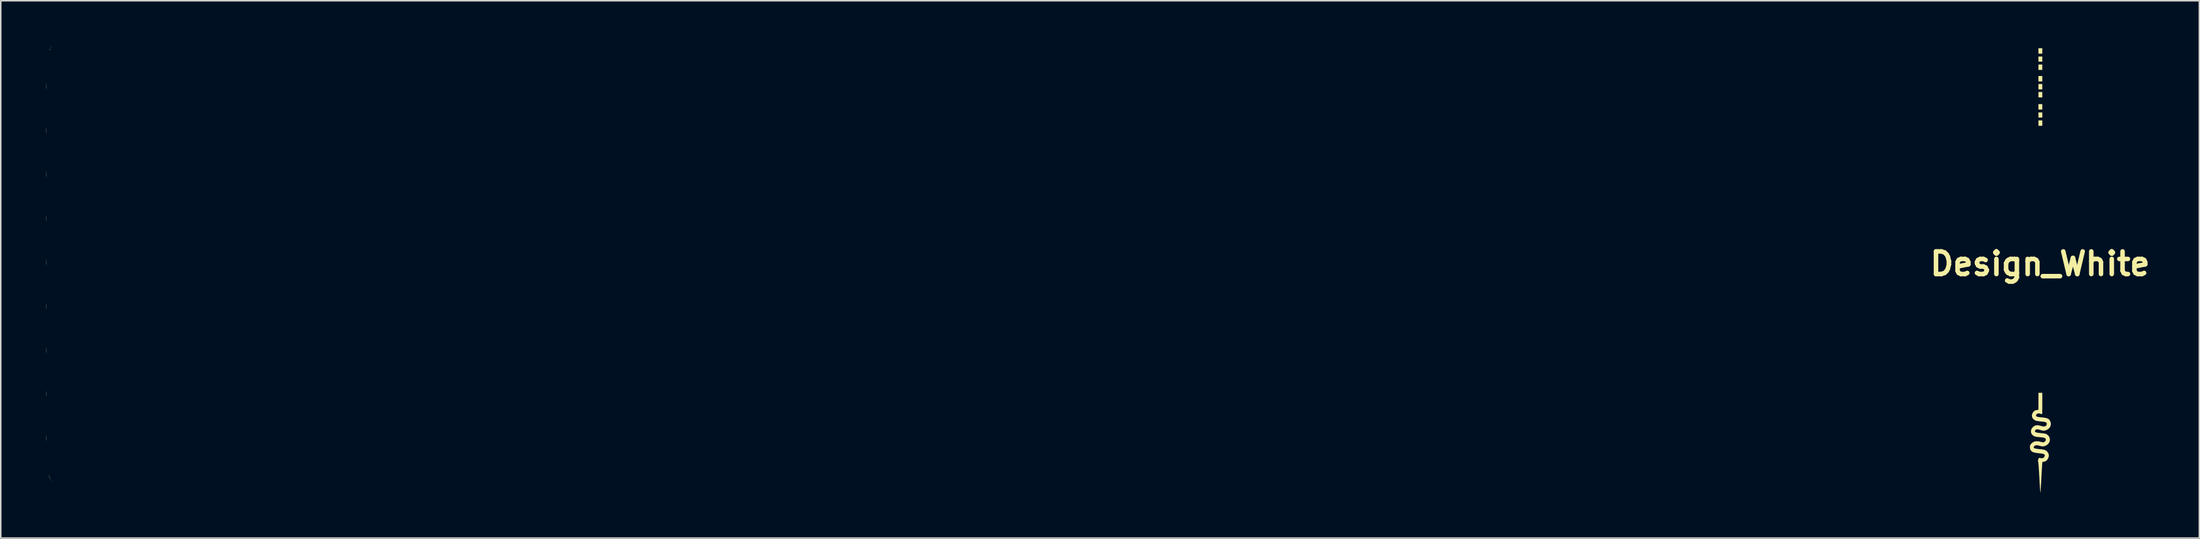
<source format=kicad_pcb>
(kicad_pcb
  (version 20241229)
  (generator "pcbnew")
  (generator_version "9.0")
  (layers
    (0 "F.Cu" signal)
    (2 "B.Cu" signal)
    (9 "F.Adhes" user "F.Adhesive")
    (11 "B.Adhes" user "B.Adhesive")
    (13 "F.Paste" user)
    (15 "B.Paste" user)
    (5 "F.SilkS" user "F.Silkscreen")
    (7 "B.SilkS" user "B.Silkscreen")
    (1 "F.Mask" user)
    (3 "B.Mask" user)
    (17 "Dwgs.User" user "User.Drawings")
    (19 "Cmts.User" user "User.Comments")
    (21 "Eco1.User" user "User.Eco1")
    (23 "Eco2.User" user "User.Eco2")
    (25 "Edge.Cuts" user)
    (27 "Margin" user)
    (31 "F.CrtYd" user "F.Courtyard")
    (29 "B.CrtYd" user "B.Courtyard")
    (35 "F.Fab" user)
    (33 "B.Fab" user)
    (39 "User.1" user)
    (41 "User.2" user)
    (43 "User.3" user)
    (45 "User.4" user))
  (footprint "Design_White"
    (layer "F.Cu")
    (at 132.076 14.448)
    (property "Reference" "Design_White" (at 0 0 0) (layer "F.SilkS") (effects (font (size 1.5 1.5) (thickness 0.3))))
    (attr board_only exclude_from_pos_files exclude_from_bom)
    (fp_poly (pts (xy -131.894 14.013) (xy -131.904 14.024) (xy -131.915 14.013) (xy -131.904 14.003)) (stroke (width 0) (type solid)) (fill yes) (layer "F.SilkS"))
    (fp_poly (pts (xy -131.788 -14.268) (xy -131.798 -14.257) (xy -131.809 -14.268) (xy -131.798 -14.278)) (stroke (width 0) (type solid)) (fill yes) (layer "F.SilkS"))
    (fp_poly (pts (xy -131.788 14.268) (xy -131.798 14.278) (xy -131.809 14.268) (xy -131.798 14.257)) (stroke (width 0) (type solid)) (fill yes) (layer "F.SilkS"))
    (fp_poly (pts (xy -131.766 -14.31) (xy -131.777 -14.299) (xy -131.788 -14.31) (xy -131.777 -14.321)) (stroke (width 0) (type solid)) (fill yes) (layer "F.SilkS"))
    (fp_poly (pts (xy -131.766 14.31) (xy -131.777 14.321) (xy -131.788 14.31) (xy -131.777 14.299)) (stroke (width 0) (type solid)) (fill yes) (layer "F.SilkS"))
    (fp_poly (pts (xy -131.745 -14.352) (xy -131.756 -14.342) (xy -131.766 -14.352) (xy -131.756 -14.363)) (stroke (width 0) (type solid)) (fill yes) (layer "F.SilkS"))
    (fp_poly (pts (xy -131.745 14.352) (xy -131.756 14.363) (xy -131.766 14.352) (xy -131.756 14.342)) (stroke (width 0) (type solid)) (fill yes) (layer "F.SilkS"))
    (fp_poly (pts (xy -131.724 -14.395) (xy -131.735 -14.384) (xy -131.745 -14.395) (xy -131.735 -14.405)) (stroke (width 0) (type solid)) (fill yes) (layer "F.SilkS"))
    (fp_poly (pts (xy -131.724 14.395) (xy -131.735 14.405) (xy -131.745 14.395) (xy -131.735 14.384)) (stroke (width 0) (type solid)) (fill yes) (layer "F.SilkS"))
    (fp_poly (pts (xy -131.703 -14.437) (xy -131.714 -14.427) (xy -131.724 -14.437) (xy -131.714 -14.448)) (stroke (width 0) (type solid)) (fill yes) (layer "F.SilkS"))
    (fp_poly (pts (xy -131.87 14.073) (xy -131.856 14.108) (xy -131.857 14.122) (xy -131.872 14.114) (xy -131.88 14.097) (xy -131.892 14.057) (xy -131.887 14.049)) (stroke (width 0) (type solid)) (fill yes) (layer "F.SilkS"))
    (fp_poly (pts (xy -131.827 14.179) (xy -131.813 14.214) (xy -131.815 14.228) (xy -131.829 14.22) (xy -131.838 14.203) (xy -131.85 14.163) (xy -131.845 14.155)) (stroke (width 0) (type solid)) (fill yes) (layer "F.SilkS"))
    (fp_poly (pts (xy -131.809 -14.225) (xy -131.82 -14.19) (xy -131.83 -14.172) (xy -131.847 -14.155) (xy -131.851 -14.162) (xy -131.84 -14.197) (xy -131.83 -14.215) (xy -131.813 -14.232)) (stroke (width 0) (type solid)) (fill yes) (layer "F.SilkS"))
    (fp_poly (pts (xy 0.148 -14.119) (xy 0.148 -13.939) (xy 0.021 -13.939) (xy -0.106 -13.939) (xy -0.106 -14.119) (xy -0.106 -14.299) (xy 0.021 -14.299) (xy 0.148 -14.299)) (stroke (width 0) (type solid)) (fill yes) (layer "F.SilkS"))
    (fp_poly (pts (xy 0.148 -13.579) (xy 0.148 -13.41) (xy 0.021 -13.41) (xy -0.106 -13.41) (xy -0.106 -13.579) (xy -0.106 -13.749) (xy 0.021 -13.749) (xy 0.148 -13.749)) (stroke (width 0) (type solid)) (fill yes) (layer "F.SilkS"))
    (fp_poly (pts (xy 0.148 -13.039) (xy 0.148 -12.859) (xy 0.021 -12.859) (xy -0.106 -12.859) (xy -0.106 -13.039) (xy -0.106 -13.219) (xy 0.021 -13.219) (xy 0.148 -13.219)) (stroke (width 0) (type solid)) (fill yes) (layer "F.SilkS"))
    (fp_poly (pts (xy 0.148 -12.276) (xy 0.148 -12.096) (xy 0.021 -12.096) (xy -0.106 -12.096) (xy -0.106 -12.276) (xy -0.106 -12.456) (xy 0.021 -12.456) (xy 0.148 -12.456)) (stroke (width 0) (type solid)) (fill yes) (layer "F.SilkS"))
    (fp_poly (pts (xy 0.148 -11.747) (xy 0.148 -11.567) (xy 0.021 -11.567) (xy -0.106 -11.567) (xy -0.106 -11.747) (xy -0.106 -11.927) (xy 0.021 -11.927) (xy 0.148 -11.927)) (stroke (width 0) (type solid)) (fill yes) (layer "F.SilkS"))
    (fp_poly (pts (xy 0.148 -11.217) (xy 0.148 -11.037) (xy 0.021 -11.037) (xy -0.106 -11.037) (xy -0.106 -11.217) (xy -0.106 -11.397) (xy 0.021 -11.397) (xy 0.148 -11.397)) (stroke (width 0) (type solid)) (fill yes) (layer "F.SilkS"))
    (fp_poly (pts (xy 0.148 -10.412) (xy 0.148 -10.232) (xy 0.021 -10.232) (xy -0.106 -10.232) (xy -0.106 -10.412) (xy -0.106 -10.592) (xy 0.021 -10.592) (xy 0.148 -10.592)) (stroke (width 0) (type solid)) (fill yes) (layer "F.SilkS"))
    (fp_poly (pts (xy 0.148 -9.872) (xy 0.148 -9.702) (xy 0.021 -9.702) (xy -0.106 -9.702) (xy -0.106 -9.872) (xy -0.106 -10.041) (xy 0.021 -10.041) (xy 0.148 -10.041)) (stroke (width 0) (type solid)) (fill yes) (layer "F.SilkS"))
    (fp_poly (pts (xy 0.148 -9.332) (xy 0.148 -9.152) (xy 0.021 -9.152) (xy -0.106 -9.152) (xy -0.106 -9.332) (xy -0.106 -9.512) (xy 0.021 -9.512) (xy 0.148 -9.512)) (stroke (width 0) (type solid)) (fill yes) (layer "F.SilkS"))
    (fp_poly (pts (xy -132.07 -9.028) (xy -132.068 -8.997) (xy -132.066 -8.889) (xy -132.066 -8.771) (xy -132.069 -8.679) (xy -132.071 -8.647) (xy -132.073 -8.653) (xy -132.075 -8.696) (xy -132.076 -8.771) (xy -132.076 -8.844) (xy -132.075 -8.94) (xy -132.074 -9.005) (xy -132.072 -9.035)) (stroke (width 0) (type solid)) (fill yes) (layer "F.SilkS"))
    (fp_poly (pts (xy -132.07 -3.203) (xy -132.068 -3.171) (xy -132.066 -3.063) (xy -132.066 -2.945) (xy -132.069 -2.854) (xy -132.071 -2.821) (xy -132.073 -2.828) (xy -132.075 -2.87) (xy -132.076 -2.945) (xy -132.076 -3.019) (xy -132.075 -3.114) (xy -132.074 -3.179) (xy -132.072 -3.209)) (stroke (width 0) (type solid)) (fill yes) (layer "F.SilkS"))
    (fp_poly (pts (xy -132.07 -0.279) (xy -132.068 -0.248) (xy -132.066 -0.14) (xy -132.066 -0.022) (xy -132.069 0.07) (xy -132.071 0.102) (xy -132.073 0.096) (xy -132.075 0.053) (xy -132.076 -0.021) (xy -132.076 -0.095) (xy -132.075 -0.191) (xy -132.074 -0.256) (xy -132.072 -0.286)) (stroke (width 0) (type solid)) (fill yes) (layer "F.SilkS"))
    (fp_poly (pts (xy -132.07 2.623) (xy -132.068 2.654) (xy -132.066 2.763) (xy -132.066 2.881) (xy -132.069 2.972) (xy -132.071 3.005) (xy -132.073 2.998) (xy -132.075 2.956) (xy -132.076 2.881) (xy -132.076 2.807) (xy -132.075 2.711) (xy -132.074 2.647) (xy -132.072 2.616)) (stroke (width 0) (type solid)) (fill yes) (layer "F.SilkS"))
    (fp_poly (pts (xy -132.07 5.546) (xy -132.068 5.578) (xy -132.066 5.686) (xy -132.066 5.804) (xy -132.069 5.896) (xy -132.071 5.928) (xy -132.073 5.922) (xy -132.075 5.879) (xy -132.076 5.804) (xy -132.076 5.73) (xy -132.075 5.635) (xy -132.074 5.57) (xy -132.072 5.54)) (stroke (width 0) (type solid)) (fill yes) (layer "F.SilkS"))
    (fp_poly (pts (xy -132.07 8.449) (xy -132.068 8.48) (xy -132.066 8.588) (xy -132.066 8.706) (xy -132.069 8.798) (xy -132.071 8.83) (xy -132.073 8.824) (xy -132.075 8.781) (xy -132.076 8.706) (xy -132.076 8.633) (xy -132.075 8.537) (xy -132.074 8.472) (xy -132.072 8.442)) (stroke (width 0) (type solid)) (fill yes) (layer "F.SilkS"))
    (fp_poly (pts (xy -132.07 11.372) (xy -132.068 11.403) (xy -132.066 11.512) (xy -132.066 11.63) (xy -132.069 11.721) (xy -132.071 11.754) (xy -132.073 11.747) (xy -132.075 11.705) (xy -132.076 11.63) (xy -132.076 11.556) (xy -132.075 11.46) (xy -132.074 11.396) (xy -132.072 11.365)) (stroke (width 0) (type solid)) (fill yes) (layer "F.SilkS"))
    (fp_poly (pts (xy -132.07 -11.938) (xy -132.069 -11.911) (xy -132.066 -11.803) (xy -132.066 -11.684) (xy -132.069 -11.604) (xy -132.071 -11.57) (xy -132.073 -11.576) (xy -132.075 -11.617) (xy -132.076 -11.691) (xy -132.076 -11.757) (xy -132.075 -11.852) (xy -132.074 -11.915) (xy -132.072 -11.945)) (stroke (width 0) (type solid)) (fill yes) (layer "F.SilkS"))
    (fp_poly (pts (xy -132.07 -6.112) (xy -132.069 -6.085) (xy -132.066 -5.977) (xy -132.066 -5.858) (xy -132.069 -5.778) (xy -132.071 -5.744) (xy -132.073 -5.75) (xy -132.075 -5.791) (xy -132.076 -5.866) (xy -132.076 -5.932) (xy -132.075 -6.026) (xy -132.074 -6.09) (xy -132.072 -6.119)) (stroke (width 0) (type solid)) (fill yes) (layer "F.SilkS"))
    (fp_poly (pts (xy 0.148 9.268) (xy 0.148 9.437) (xy 0.147 9.591) (xy 0.145 9.726) (xy 0.143 9.837) (xy 0.141 9.919) (xy 0.138 9.967) (xy 0.136 9.978) (xy 0.11 9.972) (xy 0.057 9.958) (xy 0.008 9.944) (xy -0.06 9.926) (xy -0.106 9.922) (xy -0.147 9.932) (xy -0.186 9.95) (xy -0.238 9.981) (xy -0.261 10.016) (xy -0.265 10.052) (xy -0.26 10.09) (xy -0.24 10.119) (xy -0.202 10.141) (xy -0.138 10.158) (xy -0.044 10.172) (xy 0.086 10.185) (xy 0.112 10.187) (xy 0.276 10.206) (xy 0.403 10.23) (xy 0.501 10.263) (xy 0.575 10.309) (xy 0.632 10.37) (xy 0.677 10.448) (xy 0.68 10.454) (xy 0.714 10.575) (xy 0.71 10.695) (xy 0.67 10.809) (xy 0.599 10.91) (xy 0.498 10.991) (xy 0.372 11.048) (xy 0.367 11.05) (xy 0.272 11.069) (xy 0.178 11.066) (xy 0.073 11.041) (xy -0.006 11.013) (xy -0.113 10.983) (xy -0.205 10.979) (xy -0.278 10.999) (xy -0.324 11.043) (xy -0.339 11.1) (xy -0.329 11.137) (xy -0.297 11.167) (xy -0.237 11.19) (xy -0.146 11.208) (xy -0.018 11.224) (xy 0.021 11.227) (xy 0.13 11.238) (xy 0.231 11.251) (xy 0.311 11.263) (xy 0.36 11.274) (xy 0.475 11.329) (xy 0.565 11.412) (xy 0.625 11.515) (xy 0.653 11.631) (xy 0.644 11.752) (xy 0.624 11.816) (xy 0.554 11.931) (xy 0.449 12.023) (xy 0.371 12.067) (xy 0.262 12.106) (xy 0.155 12.114) (xy 0.038 12.092) (xy -0.016 12.075) (xy -0.151 12.039) (xy -0.261 12.035) (xy -0.344 12.063) (xy -0.372 12.085) (xy -0.416 12.139) (xy -0.426 12.183) (xy -0.402 12.219) (xy -0.341 12.247) (xy -0.242 12.269) (xy -0.103 12.286) (xy -0.084 12.288) (xy 0.076 12.304) (xy 0.2 12.322) (xy 0.295 12.344) (xy 0.368 12.373) (xy 0.425 12.41) (xy 0.473 12.455) (xy 0.549 12.565) (xy 0.583 12.68) (xy 0.574 12.8) (xy 0.524 12.924) (xy 0.508 12.952) (xy 0.438 13.043) (xy 0.361 13.098) (xy 0.266 13.126) (xy 0.246 13.129) (xy 0.154 13.139) (xy 0.141 13.29) (xy 0.137 13.345) (xy 0.132 13.436) (xy 0.124 13.558) (xy 0.116 13.707) (xy 0.106 13.875) (xy 0.096 14.059) (xy 0.085 14.251) (xy 0.082 14.31) (xy 0.072 14.498) (xy 0.062 14.672) (xy 0.052 14.829) (xy 0.043 14.964) (xy 0.035 15.072) (xy 0.029 15.148) (xy 0.024 15.189) (xy 0.023 15.194) (xy 0.019 15.176) (xy 0.013 15.121) (xy 0.006 15.03) (xy -0.003 14.91) (xy -0.013 14.762) (xy -0.024 14.593) (xy -0.035 14.404) (xy -0.047 14.201) (xy -0.049 14.157) (xy -0.064 13.893) (xy -0.078 13.664) (xy -0.091 13.472) (xy -0.103 13.318) (xy -0.113 13.202) (xy -0.122 13.127) (xy -0.129 13.092) (xy -0.131 13.09) (xy -0.14 13.064) (xy -0.129 13.008) (xy -0.115 12.966) (xy -0.088 12.902) (xy -0.065 12.872) (xy -0.043 12.871) (xy -0.003 12.882) (xy 0.06 12.892) (xy 0.089 12.896) (xy 0.154 12.899) (xy 0.198 12.888) (xy 0.24 12.855) (xy 0.253 12.842) (xy 0.295 12.788) (xy 0.317 12.736) (xy 0.318 12.726) (xy 0.307 12.674) (xy 0.273 12.636) (xy 0.209 12.608) (xy 0.112 12.588) (xy 0.037 12.579) (xy -0.135 12.56) (xy -0.27 12.541) (xy -0.376 12.521) (xy -0.456 12.496) (xy -0.518 12.467) (xy -0.567 12.429) (xy -0.61 12.382) (xy -0.62 12.369) (xy -0.656 12.293) (xy -0.673 12.196) (xy -0.67 12.097) (xy -0.658 12.047) (xy -0.609 11.959) (xy -0.53 11.878) (xy -0.433 11.815) (xy -0.336 11.78) (xy -0.208 11.769) (xy -0.067 11.782) (xy 0.065 11.817) (xy 0.07 11.819) (xy 0.166 11.84) (xy 0.252 11.831) (xy 0.321 11.795) (xy 0.365 11.737) (xy 0.379 11.662) (xy 0.374 11.623) (xy 0.356 11.587) (xy 0.322 11.56) (xy 0.264 11.538) (xy 0.177 11.522) (xy 0.055 11.507) (xy 0.007 11.503) (xy -0.12 11.491) (xy -0.213 11.48) (xy -0.282 11.469) (xy -0.335 11.455) (xy -0.382 11.436) (xy -0.43 11.411) (xy -0.522 11.339) (xy -0.58 11.248) (xy -0.605 11.144) (xy -0.596 11.034) (xy -0.552 10.927) (xy -0.478 10.834) (xy -0.39 10.765) (xy -0.295 10.723) (xy -0.187 10.709) (xy -0.06 10.722) (xy 0.094 10.762) (xy 0.133 10.775) (xy 0.236 10.793) (xy 0.325 10.782) (xy 0.393 10.743) (xy 0.435 10.68) (xy 0.445 10.621) (xy 0.438 10.571) (xy 0.414 10.534) (xy 0.366 10.507) (xy 0.29 10.487) (xy 0.179 10.471) (xy 0.115 10.464) (xy -0.021 10.451) (xy -0.123 10.439) (xy -0.198 10.427) (xy -0.255 10.413) (xy -0.302 10.397) (xy -0.339 10.38) (xy -0.441 10.308) (xy -0.508 10.216) (xy -0.54 10.112) (xy -0.535 10.001) (xy -0.491 9.89) (xy -0.431 9.808) (xy -0.357 9.743) (xy -0.282 9.713) (xy -0.279 9.712) (xy -0.213 9.701) (xy -0.157 9.691) (xy -0.154 9.69) (xy -0.106 9.68) (xy -0.106 9.119) (xy -0.106 8.558) (xy 0.021 8.558) (xy 0.148 8.558)) (stroke (width 0) (type solid)) (fill yes) (layer "F.SilkS")))
  (gr_rect
    (start -3 -3)
    (end 142.626 32.642)
    (stroke (width 0.1) (type default))
    (fill no)
    (layer "Edge.Cuts")))
</source>
